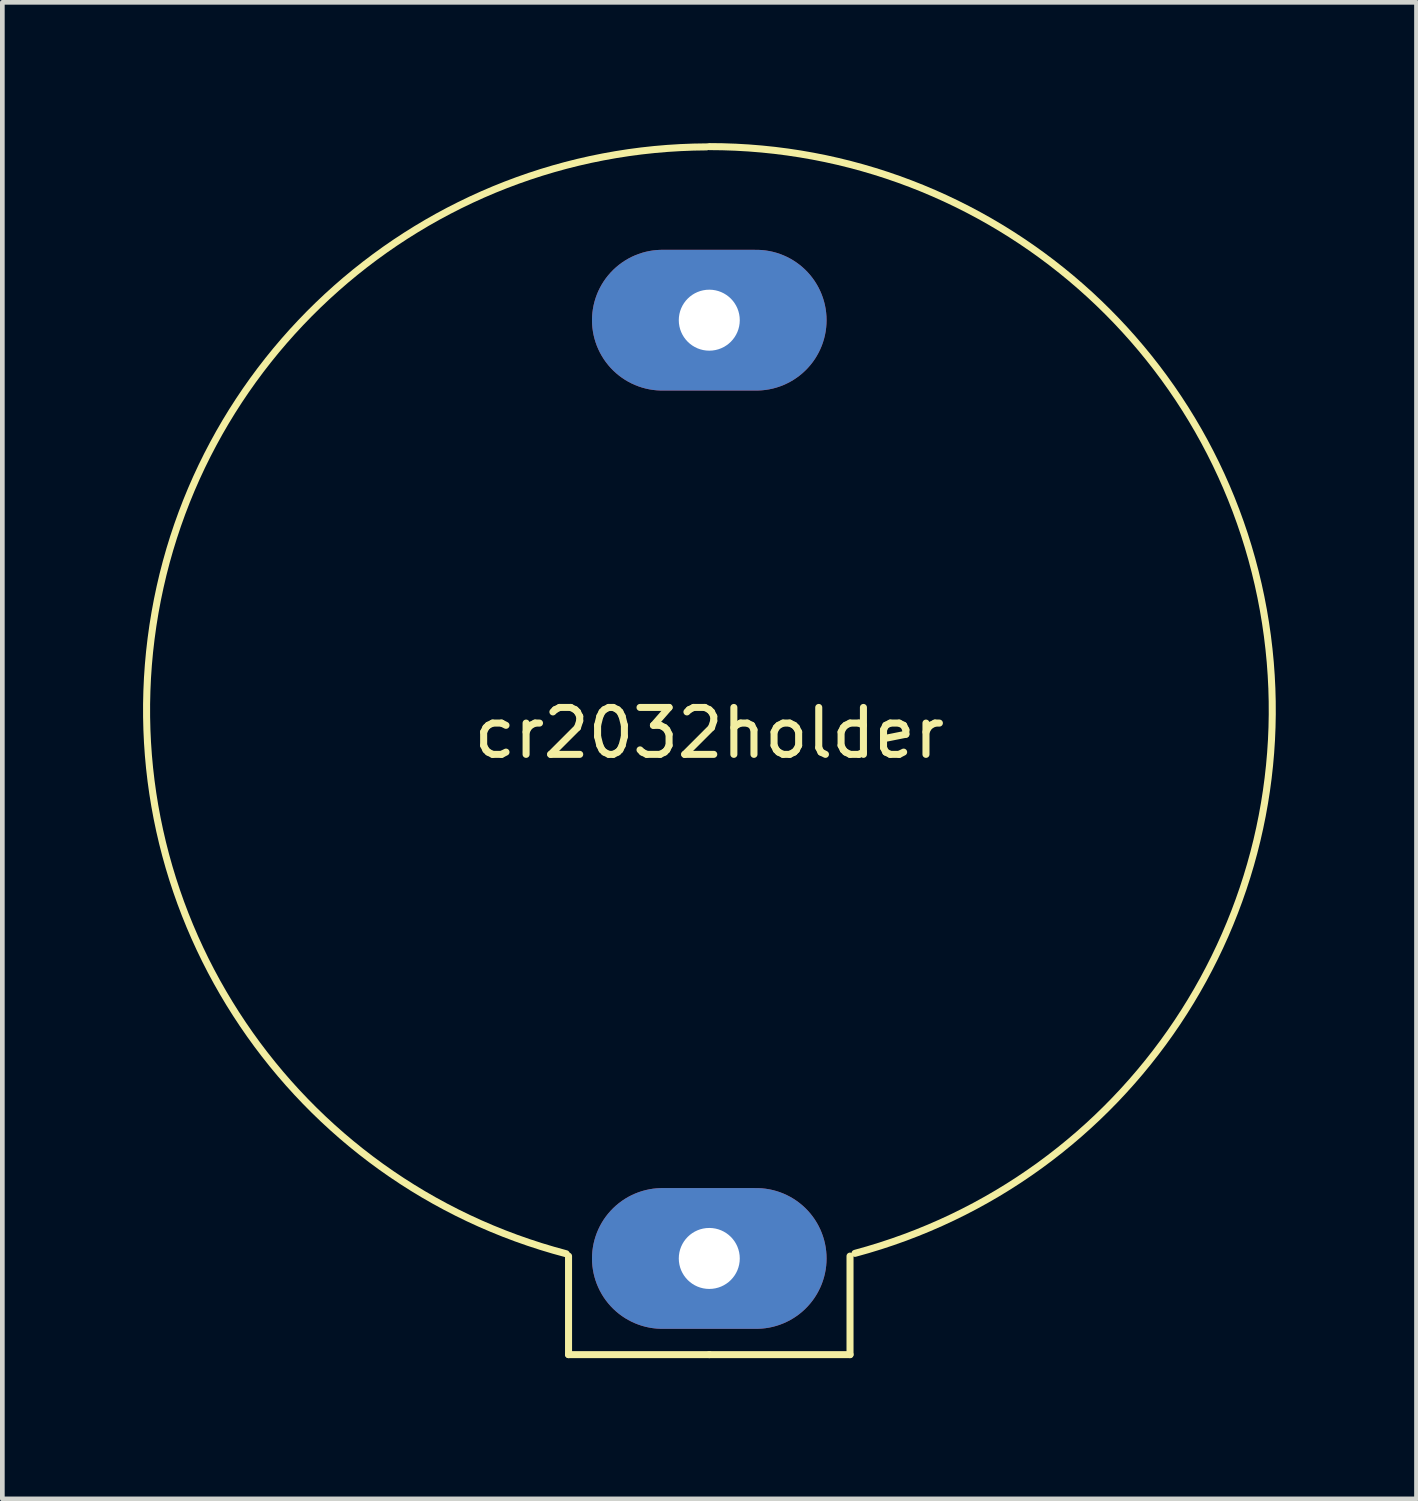
<source format=kicad_pcb>
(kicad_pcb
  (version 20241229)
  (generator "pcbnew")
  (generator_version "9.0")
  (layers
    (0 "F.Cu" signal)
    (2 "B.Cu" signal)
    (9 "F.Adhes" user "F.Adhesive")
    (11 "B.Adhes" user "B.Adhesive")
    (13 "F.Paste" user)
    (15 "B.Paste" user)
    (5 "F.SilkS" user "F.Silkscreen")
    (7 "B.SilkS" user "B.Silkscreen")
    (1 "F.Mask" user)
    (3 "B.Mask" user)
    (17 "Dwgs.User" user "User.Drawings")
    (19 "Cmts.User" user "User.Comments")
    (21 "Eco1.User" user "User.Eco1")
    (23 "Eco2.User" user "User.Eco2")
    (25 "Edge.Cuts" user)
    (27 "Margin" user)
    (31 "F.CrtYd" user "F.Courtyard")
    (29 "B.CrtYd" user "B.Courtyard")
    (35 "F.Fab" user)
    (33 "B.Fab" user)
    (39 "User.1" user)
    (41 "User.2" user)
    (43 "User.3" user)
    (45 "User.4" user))
  (footprint "cr2032holder"
    (layer "F.Cu")
    (at 12.069 12.075)
    (property "Reference" "cr2032holder" (at 0 0.5 0) (layer "F.SilkS") (effects (font (size 1 1) (thickness 0.15))))
    (attr through_hole)
    (fp_line (start -3 13.75) (end -3 11.65) (stroke (width 0.15) (type solid)) (layer "F.SilkS"))
    (fp_line (start 0 13.75) (end -3 13.75) (stroke (width 0.15) (type solid)) (layer "F.SilkS"))
    (fp_line (start 0 13.75) (end 3 13.75) (stroke (width 0.15) (type solid)) (layer "F.SilkS"))
    (fp_line (start 3 13.75) (end 3 11.65) (stroke (width 0.15) (type solid)) (layer "F.SilkS"))
    (fp_arc (start -3.05 11.6) (mid -11.898865 -1.509803) (end -0.056227 -11.994138) (stroke (width 0.15) (type solid)) (layer "F.SilkS"))
    (fp_arc (start 0 -12) (mid 11.897338 -1.566315) (end 3.105829 11.59111) (stroke (width 0.15) (type solid)) (layer "F.SilkS"))
    (pad "1" thru_hole oval (at 0 11.7) (size 5 3) (drill 1.3) (layers "*.Cu" "*.Mask"))
    (pad "2" thru_hole oval (at 0 -8.3) (size 5 3) (drill 1.3) (layers "*.Cu" "*.Mask")))
  (gr_rect
    (start -3 -3)
    (end 27.144 28.9)
    (stroke (width 0.1) (type default))
    (fill no)
    (layer "Edge.Cuts")))
</source>
